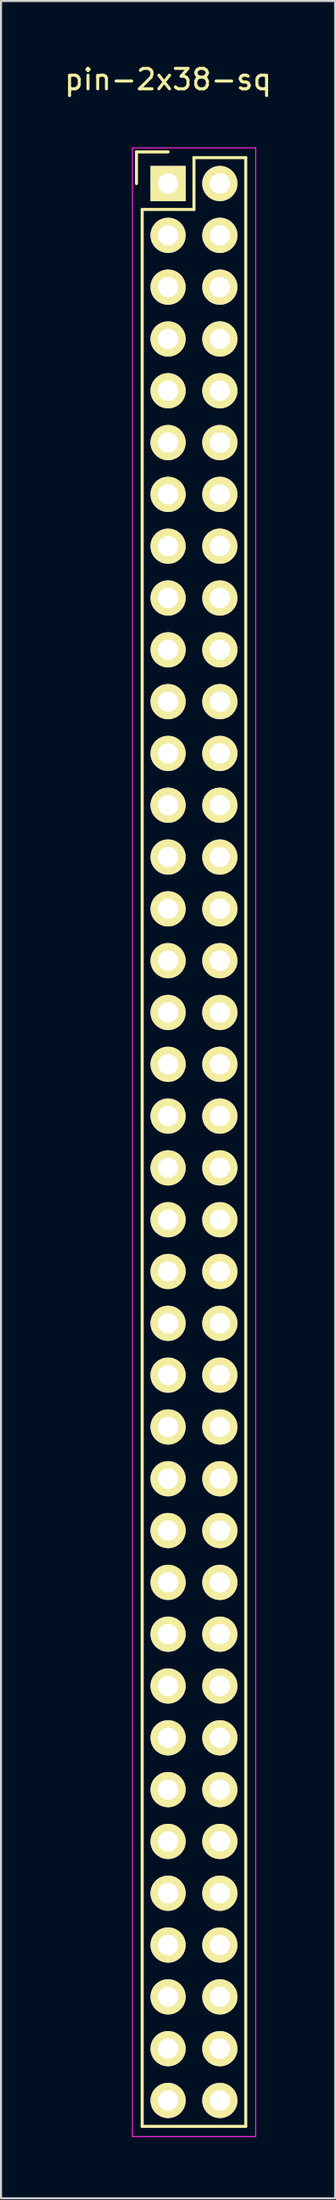
<source format=kicad_pcb>
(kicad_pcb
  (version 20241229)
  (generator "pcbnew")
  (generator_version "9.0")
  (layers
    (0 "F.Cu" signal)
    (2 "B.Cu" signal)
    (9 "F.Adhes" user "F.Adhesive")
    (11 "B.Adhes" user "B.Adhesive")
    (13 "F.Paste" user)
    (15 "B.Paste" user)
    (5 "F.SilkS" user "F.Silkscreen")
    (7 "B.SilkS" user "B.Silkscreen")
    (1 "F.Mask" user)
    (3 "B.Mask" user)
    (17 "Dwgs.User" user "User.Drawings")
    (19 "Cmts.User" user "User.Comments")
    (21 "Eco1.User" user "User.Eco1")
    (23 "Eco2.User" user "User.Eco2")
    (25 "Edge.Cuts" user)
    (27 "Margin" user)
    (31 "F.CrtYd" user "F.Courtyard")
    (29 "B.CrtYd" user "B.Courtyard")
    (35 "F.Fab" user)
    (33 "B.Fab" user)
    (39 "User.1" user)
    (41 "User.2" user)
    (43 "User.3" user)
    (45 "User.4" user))
  (footprint "pin-2x38-sq"
    (layer "F.Cu")
    (at 5.196 5.948)
    (property "Reference" "pin-2x38-sq" (at 0 -5.1 0) (layer "F.SilkS") (effects (font (size 1 1) (thickness 0.15))))
    (attr through_hole)
    (fp_line (start -1.55 -1.55) (end -1.55 0) (stroke (width 0.15) (type solid)) (layer "F.SilkS"))
    (fp_line (start -1.27 95.25) (end -1.27 1.27) (stroke (width 0.15) (type solid)) (layer "F.SilkS"))
    (fp_line (start 0 -1.55) (end -1.55 -1.55) (stroke (width 0.15) (type solid)) (layer "F.SilkS"))
    (fp_line (start 1.27 -1.27) (end 1.27 1.27) (stroke (width 0.15) (type solid)) (layer "F.SilkS"))
    (fp_line (start 1.27 1.27) (end -1.27 1.27) (stroke (width 0.15) (type solid)) (layer "F.SilkS"))
    (fp_line (start 3.81 -1.27) (end 1.27 -1.27) (stroke (width 0.15) (type solid)) (layer "F.SilkS"))
    (fp_line (start 3.81 -1.27) (end 3.81 95.25) (stroke (width 0.15) (type solid)) (layer "F.SilkS"))
    (fp_line (start 3.81 95.25) (end -1.27 95.25) (stroke (width 0.15) (type solid)) (layer "F.SilkS"))
    (fp_line (start -1.75 -1.75) (end -1.75 95.75) (stroke (width 0.05) (type solid)) (layer "F.CrtYd"))
    (fp_line (start -1.75 -1.75) (end 4.3 -1.75) (stroke (width 0.05) (type solid)) (layer "F.CrtYd"))
    (fp_line (start -1.75 95.75) (end 4.3 95.75) (stroke (width 0.05) (type solid)) (layer "F.CrtYd"))
    (fp_line (start 4.3 -1.75) (end 4.3 95.75) (stroke (width 0.05) (type solid)) (layer "F.CrtYd"))
    (pad "1" thru_hole rect (at 0 0) (size 1.727 1.727) (drill 1) (layers "*.Cu" "*.Mask" "F.SilkS"))
    (pad "2" thru_hole oval (at 2.54 0) (size 1.727 1.727) (drill 1) (layers "*.Cu" "*.Mask" "F.SilkS"))
    (pad "3" thru_hole oval (at 0 2.54) (size 1.727 1.727) (drill 1) (layers "*.Cu" "*.Mask" "F.SilkS"))
    (pad "4" thru_hole oval (at 2.54 2.54) (size 1.727 1.727) (drill 1) (layers "*.Cu" "*.Mask" "F.SilkS"))
    (pad "5" thru_hole oval (at 0 5.08) (size 1.727 1.727) (drill 1) (layers "*.Cu" "*.Mask" "F.SilkS"))
    (pad "6" thru_hole oval (at 2.54 5.08) (size 1.727 1.727) (drill 1) (layers "*.Cu" "*.Mask" "F.SilkS"))
    (pad "7" thru_hole oval (at 0 7.62) (size 1.727 1.727) (drill 1) (layers "*.Cu" "*.Mask" "F.SilkS"))
    (pad "8" thru_hole oval (at 2.54 7.62) (size 1.727 1.727) (drill 1) (layers "*.Cu" "*.Mask" "F.SilkS"))
    (pad "9" thru_hole oval (at 0 10.16) (size 1.727 1.727) (drill 1) (layers "*.Cu" "*.Mask" "F.SilkS"))
    (pad "10" thru_hole oval (at 2.54 10.16) (size 1.727 1.727) (drill 1) (layers "*.Cu" "*.Mask" "F.SilkS"))
    (pad "11" thru_hole oval (at 0 12.7) (size 1.727 1.727) (drill 1) (layers "*.Cu" "*.Mask" "F.SilkS"))
    (pad "12" thru_hole oval (at 2.54 12.7) (size 1.727 1.727) (drill 1) (layers "*.Cu" "*.Mask" "F.SilkS"))
    (pad "13" thru_hole oval (at 0 15.24) (size 1.727 1.727) (drill 1) (layers "*.Cu" "*.Mask" "F.SilkS"))
    (pad "14" thru_hole oval (at 2.54 15.24) (size 1.727 1.727) (drill 1) (layers "*.Cu" "*.Mask" "F.SilkS"))
    (pad "15" thru_hole oval (at 0 17.78) (size 1.727 1.727) (drill 1) (layers "*.Cu" "*.Mask" "F.SilkS"))
    (pad "16" thru_hole oval (at 2.54 17.78) (size 1.727 1.727) (drill 1) (layers "*.Cu" "*.Mask" "F.SilkS"))
    (pad "17" thru_hole oval (at 0 20.32) (size 1.727 1.727) (drill 1) (layers "*.Cu" "*.Mask" "F.SilkS"))
    (pad "18" thru_hole oval (at 2.54 20.32) (size 1.727 1.727) (drill 1) (layers "*.Cu" "*.Mask" "F.SilkS"))
    (pad "19" thru_hole oval (at 0 22.86) (size 1.727 1.727) (drill 1) (layers "*.Cu" "*.Mask" "F.SilkS"))
    (pad "20" thru_hole oval (at 2.54 22.86) (size 1.727 1.727) (drill 1) (layers "*.Cu" "*.Mask" "F.SilkS"))
    (pad "21" thru_hole oval (at 0 25.4) (size 1.727 1.727) (drill 1) (layers "*.Cu" "*.Mask" "F.SilkS"))
    (pad "22" thru_hole oval (at 2.54 25.4) (size 1.727 1.727) (drill 1) (layers "*.Cu" "*.Mask" "F.SilkS"))
    (pad "23" thru_hole oval (at 0 27.94) (size 1.727 1.727) (drill 1) (layers "*.Cu" "*.Mask" "F.SilkS"))
    (pad "24" thru_hole oval (at 2.54 27.94) (size 1.727 1.727) (drill 1) (layers "*.Cu" "*.Mask" "F.SilkS"))
    (pad "25" thru_hole oval (at 0 30.48) (size 1.727 1.727) (drill 1) (layers "*.Cu" "*.Mask" "F.SilkS"))
    (pad "26" thru_hole oval (at 2.54 30.48) (size 1.727 1.727) (drill 1) (layers "*.Cu" "*.Mask" "F.SilkS"))
    (pad "27" thru_hole oval (at 0 33.02) (size 1.727 1.727) (drill 1) (layers "*.Cu" "*.Mask" "F.SilkS"))
    (pad "28" thru_hole oval (at 2.54 33.02) (size 1.727 1.727) (drill 1) (layers "*.Cu" "*.Mask" "F.SilkS"))
    (pad "29" thru_hole oval (at 0 35.56) (size 1.727 1.727) (drill 1) (layers "*.Cu" "*.Mask" "F.SilkS"))
    (pad "30" thru_hole oval (at 2.54 35.56) (size 1.727 1.727) (drill 1) (layers "*.Cu" "*.Mask" "F.SilkS"))
    (pad "31" thru_hole oval (at 0 38.1) (size 1.727 1.727) (drill 1) (layers "*.Cu" "*.Mask" "F.SilkS"))
    (pad "32" thru_hole oval (at 2.54 38.1) (size 1.727 1.727) (drill 1) (layers "*.Cu" "*.Mask" "F.SilkS"))
    (pad "33" thru_hole oval (at 0 40.64) (size 1.727 1.727) (drill 1) (layers "*.Cu" "*.Mask" "F.SilkS"))
    (pad "34" thru_hole oval (at 2.54 40.64) (size 1.727 1.727) (drill 1) (layers "*.Cu" "*.Mask" "F.SilkS"))
    (pad "35" thru_hole oval (at 0 43.18) (size 1.727 1.727) (drill 1) (layers "*.Cu" "*.Mask" "F.SilkS"))
    (pad "36" thru_hole oval (at 2.54 43.18) (size 1.727 1.727) (drill 1) (layers "*.Cu" "*.Mask" "F.SilkS"))
    (pad "37" thru_hole oval (at 0 45.72) (size 1.727 1.727) (drill 1) (layers "*.Cu" "*.Mask" "F.SilkS"))
    (pad "38" thru_hole oval (at 2.54 45.72) (size 1.727 1.727) (drill 1) (layers "*.Cu" "*.Mask" "F.SilkS"))
    (pad "39" thru_hole oval (at 0 48.26) (size 1.727 1.727) (drill 1) (layers "*.Cu" "*.Mask" "F.SilkS"))
    (pad "40" thru_hole oval (at 2.54 48.26) (size 1.727 1.727) (drill 1) (layers "*.Cu" "*.Mask" "F.SilkS"))
    (pad "41" thru_hole oval (at 0 50.8) (size 1.727 1.727) (drill 1) (layers "*.Cu" "*.Mask" "F.SilkS"))
    (pad "42" thru_hole oval (at 2.54 50.8) (size 1.727 1.727) (drill 1) (layers "*.Cu" "*.Mask" "F.SilkS"))
    (pad "43" thru_hole oval (at 0 53.34) (size 1.727 1.727) (drill 1) (layers "*.Cu" "*.Mask" "F.SilkS"))
    (pad "44" thru_hole oval (at 2.54 53.34) (size 1.727 1.727) (drill 1) (layers "*.Cu" "*.Mask" "F.SilkS"))
    (pad "45" thru_hole oval (at 0 55.88) (size 1.727 1.727) (drill 1) (layers "*.Cu" "*.Mask" "F.SilkS"))
    (pad "46" thru_hole oval (at 2.54 55.88) (size 1.727 1.727) (drill 1) (layers "*.Cu" "*.Mask" "F.SilkS"))
    (pad "47" thru_hole oval (at 0 58.42) (size 1.727 1.727) (drill 1) (layers "*.Cu" "*.Mask" "F.SilkS"))
    (pad "48" thru_hole oval (at 2.54 58.42) (size 1.727 1.727) (drill 1) (layers "*.Cu" "*.Mask" "F.SilkS"))
    (pad "49" thru_hole oval (at 0 60.96) (size 1.727 1.727) (drill 1) (layers "*.Cu" "*.Mask" "F.SilkS"))
    (pad "50" thru_hole oval (at 2.54 60.96) (size 1.727 1.727) (drill 1) (layers "*.Cu" "*.Mask" "F.SilkS"))
    (pad "51" thru_hole oval (at 0 63.5) (size 1.727 1.727) (drill 1) (layers "*.Cu" "*.Mask" "F.SilkS"))
    (pad "52" thru_hole oval (at 2.54 63.5) (size 1.727 1.727) (drill 1) (layers "*.Cu" "*.Mask" "F.SilkS"))
    (pad "53" thru_hole oval (at 0 66.04) (size 1.727 1.727) (drill 1) (layers "*.Cu" "*.Mask" "F.SilkS"))
    (pad "54" thru_hole oval (at 2.54 66.04) (size 1.727 1.727) (drill 1) (layers "*.Cu" "*.Mask" "F.SilkS"))
    (pad "55" thru_hole oval (at 0 68.58) (size 1.727 1.727) (drill 1) (layers "*.Cu" "*.Mask" "F.SilkS"))
    (pad "56" thru_hole oval (at 2.54 68.58) (size 1.727 1.727) (drill 1) (layers "*.Cu" "*.Mask" "F.SilkS"))
    (pad "57" thru_hole oval (at 0 71.12) (size 1.727 1.727) (drill 1) (layers "*.Cu" "*.Mask" "F.SilkS"))
    (pad "58" thru_hole oval (at 2.54 71.12) (size 1.727 1.727) (drill 1) (layers "*.Cu" "*.Mask" "F.SilkS"))
    (pad "59" thru_hole oval (at 0 73.66) (size 1.727 1.727) (drill 1) (layers "*.Cu" "*.Mask" "F.SilkS"))
    (pad "60" thru_hole oval (at 2.54 73.66) (size 1.727 1.727) (drill 1) (layers "*.Cu" "*.Mask" "F.SilkS"))
    (pad "61" thru_hole oval (at 0 76.2) (size 1.727 1.727) (drill 1) (layers "*.Cu" "*.Mask" "F.SilkS"))
    (pad "62" thru_hole oval (at 2.54 76.2) (size 1.727 1.727) (drill 1) (layers "*.Cu" "*.Mask" "F.SilkS"))
    (pad "63" thru_hole oval (at 0 78.74) (size 1.727 1.727) (drill 1) (layers "*.Cu" "*.Mask" "F.SilkS"))
    (pad "64" thru_hole oval (at 2.54 78.74) (size 1.727 1.727) (drill 1) (layers "*.Cu" "*.Mask" "F.SilkS"))
    (pad "65" thru_hole oval (at 0 81.28) (size 1.727 1.727) (drill 1) (layers "*.Cu" "*.Mask" "F.SilkS"))
    (pad "66" thru_hole oval (at 2.54 81.28) (size 1.727 1.727) (drill 1) (layers "*.Cu" "*.Mask" "F.SilkS"))
    (pad "67" thru_hole oval (at 0 83.82) (size 1.727 1.727) (drill 1) (layers "*.Cu" "*.Mask" "F.SilkS"))
    (pad "68" thru_hole oval (at 2.54 83.82) (size 1.727 1.727) (drill 1) (layers "*.Cu" "*.Mask" "F.SilkS"))
    (pad "69" thru_hole oval (at 0 86.36) (size 1.727 1.727) (drill 1) (layers "*.Cu" "*.Mask" "F.SilkS"))
    (pad "70" thru_hole oval (at 2.54 86.36) (size 1.727 1.727) (drill 1) (layers "*.Cu" "*.Mask" "F.SilkS"))
    (pad "71" thru_hole oval (at 0 88.9) (size 1.727 1.727) (drill 1) (layers "*.Cu" "*.Mask" "F.SilkS"))
    (pad "72" thru_hole oval (at 2.54 88.9) (size 1.727 1.727) (drill 1) (layers "*.Cu" "*.Mask" "F.SilkS"))
    (pad "73" thru_hole oval (at 0 91.44) (size 1.727 1.727) (drill 1) (layers "*.Cu" "*.Mask" "F.SilkS"))
    (pad "74" thru_hole oval (at 2.54 91.44) (size 1.727 1.727) (drill 1) (layers "*.Cu" "*.Mask" "F.SilkS"))
    (pad "75" thru_hole oval (at 0 93.98) (size 1.727 1.727) (drill 1) (layers "*.Cu" "*.Mask" "F.SilkS"))
    (pad "76" thru_hole oval (at 2.54 93.98) (size 1.727 1.727) (drill 1) (layers "*.Cu" "*.Mask" "F.SilkS")))
  (gr_rect
    (start -3 -3)
    (end 13.393 104.723)
    (stroke (width 0.1) (type default))
    (fill no)
    (layer "Edge.Cuts")))
</source>
